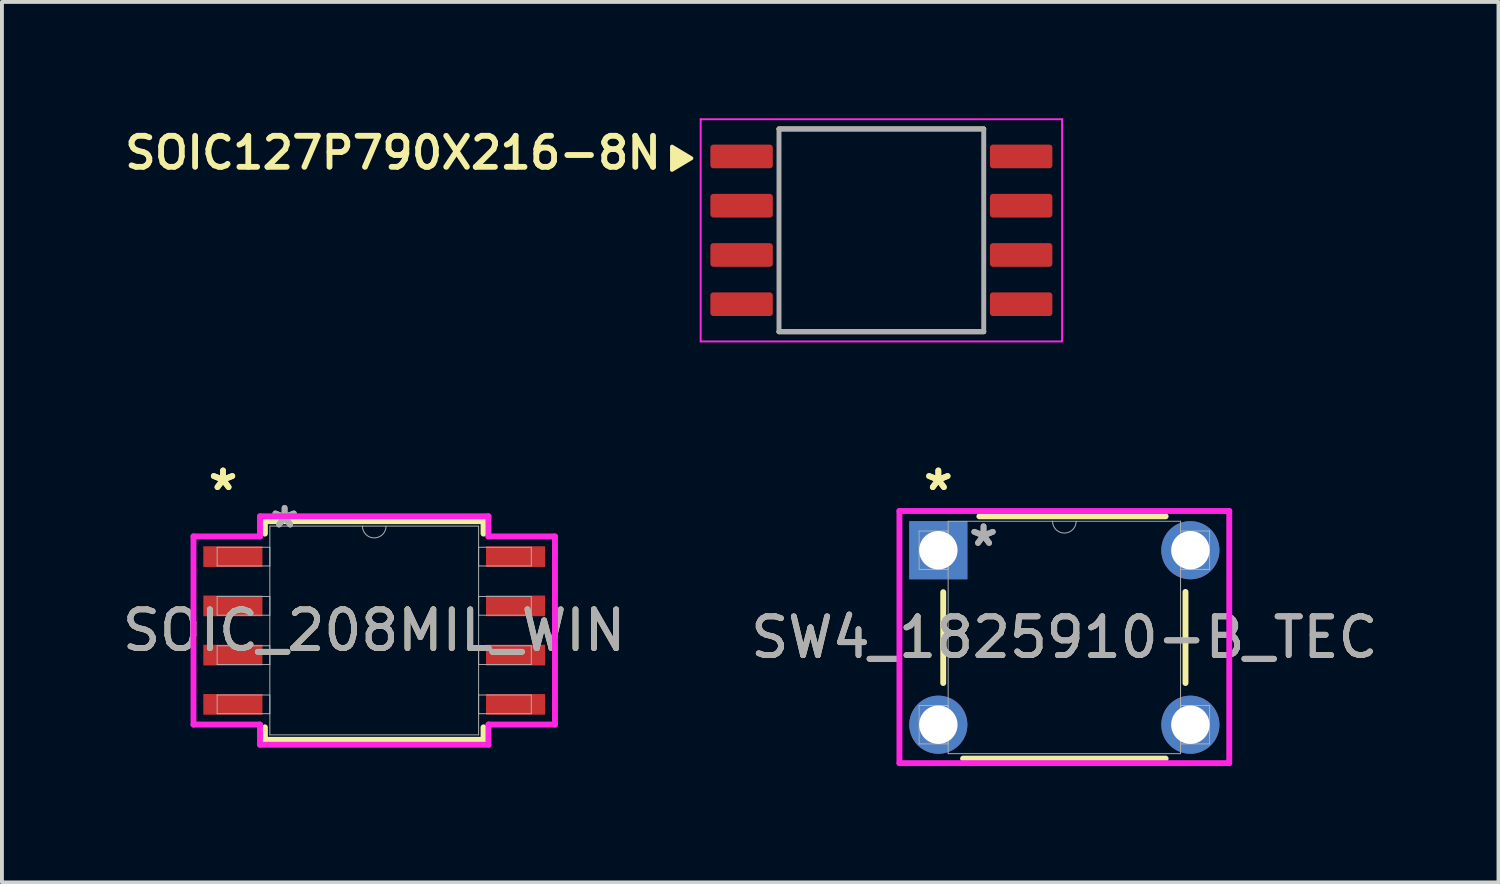
<source format=kicad_pcb>
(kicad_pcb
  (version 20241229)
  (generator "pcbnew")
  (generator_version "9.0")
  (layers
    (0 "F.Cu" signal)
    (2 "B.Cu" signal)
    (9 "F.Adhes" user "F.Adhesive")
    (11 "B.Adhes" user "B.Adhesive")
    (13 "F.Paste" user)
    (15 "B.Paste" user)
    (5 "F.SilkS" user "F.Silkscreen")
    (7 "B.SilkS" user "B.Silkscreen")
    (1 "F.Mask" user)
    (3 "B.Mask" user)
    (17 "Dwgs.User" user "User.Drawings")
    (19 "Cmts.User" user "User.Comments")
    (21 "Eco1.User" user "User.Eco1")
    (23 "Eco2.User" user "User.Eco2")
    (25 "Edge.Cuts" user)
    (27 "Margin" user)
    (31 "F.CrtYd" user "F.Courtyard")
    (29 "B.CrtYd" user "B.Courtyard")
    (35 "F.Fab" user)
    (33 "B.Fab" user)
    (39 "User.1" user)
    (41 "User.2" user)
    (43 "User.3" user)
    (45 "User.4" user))
  (footprint "SOIC_208MIL_WIN"
    (layer "F.Cu")
    (at 6.601 13.21)
    (property "Reference" "SOIC_208MIL_WIN" (at 0 0 0) (unlocked yes) (layer "F.SilkS") (effects (font (size 1 1) (thickness 0.15))))
    (attr smd)
    (fp_line (start -2.819 -2.819) (end -2.819 -2.498) (stroke (width 0.152) (type solid)) (layer "F.SilkS"))
    (fp_line (start -2.819 2.498) (end -2.819 2.819) (stroke (width 0.152) (type solid)) (layer "F.SilkS"))
    (fp_line (start -2.819 2.819) (end 2.819 2.819) (stroke (width 0.152) (type solid)) (layer "F.SilkS"))
    (fp_line (start 2.819 -2.819) (end -2.819 -2.819) (stroke (width 0.152) (type solid)) (layer "F.SilkS"))
    (fp_line (start 2.819 -2.498) (end 2.819 -2.819) (stroke (width 0.152) (type solid)) (layer "F.SilkS"))
    (fp_line (start 2.819 2.819) (end 2.819 2.498) (stroke (width 0.152) (type solid)) (layer "F.SilkS"))
    (fp_line (start -4.661 -2.426) (end -2.946 -2.426) (stroke (width 0.152) (type solid)) (layer "F.CrtYd"))
    (fp_line (start -4.661 2.426) (end -4.661 -2.426) (stroke (width 0.152) (type solid)) (layer "F.CrtYd"))
    (fp_line (start -4.661 2.426) (end -2.946 2.426) (stroke (width 0.152) (type solid)) (layer "F.CrtYd"))
    (fp_line (start -2.946 -2.946) (end 2.946 -2.946) (stroke (width 0.152) (type solid)) (layer "F.CrtYd"))
    (fp_line (start -2.946 -2.426) (end -2.946 -2.946) (stroke (width 0.152) (type solid)) (layer "F.CrtYd"))
    (fp_line (start -2.946 2.946) (end -2.946 2.426) (stroke (width 0.152) (type solid)) (layer "F.CrtYd"))
    (fp_line (start 2.946 -2.946) (end 2.946 -2.426) (stroke (width 0.152) (type solid)) (layer "F.CrtYd"))
    (fp_line (start 2.946 2.426) (end 2.946 2.946) (stroke (width 0.152) (type solid)) (layer "F.CrtYd"))
    (fp_line (start 2.946 2.946) (end -2.946 2.946) (stroke (width 0.152) (type solid)) (layer "F.CrtYd"))
    (fp_line (start 4.661 -2.426) (end 2.946 -2.426) (stroke (width 0.152) (type solid)) (layer "F.CrtYd"))
    (fp_line (start 4.661 -2.426) (end 4.661 2.426) (stroke (width 0.152) (type solid)) (layer "F.CrtYd"))
    (fp_line (start 4.661 2.426) (end 2.946 2.426) (stroke (width 0.152) (type solid)) (layer "F.CrtYd"))
    (fp_line (start -4.051 -2.146) (end -4.051 -1.664) (stroke (width 0.025) (type solid)) (layer "F.Fab"))
    (fp_line (start -4.051 -1.664) (end -2.692 -1.664) (stroke (width 0.025) (type solid)) (layer "F.Fab"))
    (fp_line (start -4.051 -0.876) (end -4.051 -0.394) (stroke (width 0.025) (type solid)) (layer "F.Fab"))
    (fp_line (start -4.051 -0.394) (end -2.692 -0.394) (stroke (width 0.025) (type solid)) (layer "F.Fab"))
    (fp_line (start -4.051 0.394) (end -4.051 0.876) (stroke (width 0.025) (type solid)) (layer "F.Fab"))
    (fp_line (start -4.051 0.876) (end -2.692 0.876) (stroke (width 0.025) (type solid)) (layer "F.Fab"))
    (fp_line (start -4.051 1.664) (end -4.051 2.146) (stroke (width 0.025) (type solid)) (layer "F.Fab"))
    (fp_line (start -4.051 2.146) (end -2.692 2.146) (stroke (width 0.025) (type solid)) (layer "F.Fab"))
    (fp_line (start -2.692 -2.692) (end -2.692 2.692) (stroke (width 0.025) (type solid)) (layer "F.Fab"))
    (fp_line (start -2.692 -2.146) (end -4.051 -2.146) (stroke (width 0.025) (type solid)) (layer "F.Fab"))
    (fp_line (start -2.692 -1.664) (end -2.692 -2.146) (stroke (width 0.025) (type solid)) (layer "F.Fab"))
    (fp_line (start -2.692 -0.876) (end -4.051 -0.876) (stroke (width 0.025) (type solid)) (layer "F.Fab"))
    (fp_line (start -2.692 -0.394) (end -2.692 -0.876) (stroke (width 0.025) (type solid)) (layer "F.Fab"))
    (fp_line (start -2.692 0.394) (end -4.051 0.394) (stroke (width 0.025) (type solid)) (layer "F.Fab"))
    (fp_line (start -2.692 0.876) (end -2.692 0.394) (stroke (width 0.025) (type solid)) (layer "F.Fab"))
    (fp_line (start -2.692 1.664) (end -4.051 1.664) (stroke (width 0.025) (type solid)) (layer "F.Fab"))
    (fp_line (start -2.692 2.146) (end -2.692 1.664) (stroke (width 0.025) (type solid)) (layer "F.Fab"))
    (fp_line (start -2.692 2.692) (end 2.692 2.692) (stroke (width 0.025) (type solid)) (layer "F.Fab"))
    (fp_line (start 2.692 -2.692) (end -2.692 -2.692) (stroke (width 0.025) (type solid)) (layer "F.Fab"))
    (fp_line (start 2.692 -2.146) (end 2.692 -1.664) (stroke (width 0.025) (type solid)) (layer "F.Fab"))
    (fp_line (start 2.692 -1.664) (end 4.051 -1.664) (stroke (width 0.025) (type solid)) (layer "F.Fab"))
    (fp_line (start 2.692 -0.876) (end 2.692 -0.394) (stroke (width 0.025) (type solid)) (layer "F.Fab"))
    (fp_line (start 2.692 -0.394) (end 4.051 -0.394) (stroke (width 0.025) (type solid)) (layer "F.Fab"))
    (fp_line (start 2.692 0.394) (end 2.692 0.876) (stroke (width 0.025) (type solid)) (layer "F.Fab"))
    (fp_line (start 2.692 0.876) (end 4.051 0.876) (stroke (width 0.025) (type solid)) (layer "F.Fab"))
    (fp_line (start 2.692 1.664) (end 2.692 2.146) (stroke (width 0.025) (type solid)) (layer "F.Fab"))
    (fp_line (start 2.692 2.146) (end 4.051 2.146) (stroke (width 0.025) (type solid)) (layer "F.Fab"))
    (fp_line (start 2.692 2.692) (end 2.692 -2.692) (stroke (width 0.025) (type solid)) (layer "F.Fab"))
    (fp_line (start 4.051 -2.146) (end 2.692 -2.146) (stroke (width 0.025) (type solid)) (layer "F.Fab"))
    (fp_line (start 4.051 -1.664) (end 4.051 -2.146) (stroke (width 0.025) (type solid)) (layer "F.Fab"))
    (fp_line (start 4.051 -0.876) (end 2.692 -0.876) (stroke (width 0.025) (type solid)) (layer "F.Fab"))
    (fp_line (start 4.051 -0.394) (end 4.051 -0.876) (stroke (width 0.025) (type solid)) (layer "F.Fab"))
    (fp_line (start 4.051 0.394) (end 2.692 0.394) (stroke (width 0.025) (type solid)) (layer "F.Fab"))
    (fp_line (start 4.051 0.876) (end 4.051 0.394) (stroke (width 0.025) (type solid)) (layer "F.Fab"))
    (fp_line (start 4.051 1.664) (end 2.692 1.664) (stroke (width 0.025) (type solid)) (layer "F.Fab"))
    (fp_line (start 4.051 2.146) (end 4.051 1.664) (stroke (width 0.025) (type solid)) (layer "F.Fab"))
    (fp_arc (start 0.3048 -2.6924) (mid 0 -2.3876) (end -0.3048 -2.6924) (stroke (width 0.0254) (type solid)) (layer "F.Fab"))
    (fp_text user "*" (at -3.899 -3.581 0) (unlocked yes) (layer "F.SilkS") (effects (font (size 1 1) (thickness 0.15))))
    (fp_text user "*" (at -3.899 -3.581 0) (layer "F.SilkS") (effects (font (size 1 1) (thickness 0.15))))
    (fp_text user "${REFERENCE}" (at 0 0 0) (unlocked yes) (layer "F.Fab") (effects (font (size 1 1) (thickness 0.15))))
    (fp_text user "*" (at -2.311 -2.616 0) (layer "F.Fab") (effects (font (size 1 1) (thickness 0.15))))
    (fp_text user "*" (at -2.311 -2.616 0) (unlocked yes) (layer "F.Fab") (effects (font (size 1 1) (thickness 0.15))))
    (pad "1" smd rect (at -3.645 -1.905) (size 1.524 0.533) (layers "F.Cu" "F.Mask" "F.Paste"))
    (pad "2" smd rect (at -3.645 -0.635) (size 1.524 0.533) (layers "F.Cu" "F.Mask" "F.Paste"))
    (pad "3" smd rect (at -3.645 0.635) (size 1.524 0.533) (layers "F.Cu" "F.Mask" "F.Paste"))
    (pad "4" smd rect (at -3.645 1.905) (size 1.524 0.533) (layers "F.Cu" "F.Mask" "F.Paste"))
    (pad "5" smd rect (at 3.645 1.905) (size 1.524 0.533) (layers "F.Cu" "F.Mask" "F.Paste"))
    (pad "6" smd rect (at 3.645 0.635) (size 1.524 0.533) (layers "F.Cu" "F.Mask" "F.Paste"))
    (pad "7" smd rect (at 3.645 -0.635) (size 1.524 0.533) (layers "F.Cu" "F.Mask" "F.Paste"))
    (pad "8" smd rect (at 3.645 -1.905) (size 1.524 0.533) (layers "F.Cu" "F.Mask" "F.Paste")))
  (footprint "SW4_1825910-B_TEC"
    (layer "F.Cu")
    (at 27.649 15.64)
    (property "Reference" "SW4_1825910-B_TEC" (at -3.25 -2.25 0) (unlocked yes) (layer "F.SilkS") (effects (font (size 1 1) (thickness 0.15))))
    (attr through_hole)
    (fp_line (start -6.374 -3.418) (end -6.374 -1.075) (stroke (width 0.152) (type solid)) (layer "F.SilkS"))
    (fp_line (start -5.862 0.874) (end -0.638 0.874) (stroke (width 0.152) (type solid)) (layer "F.SilkS"))
    (fp_line (start -0.638 -5.374) (end -5.442 -5.374) (stroke (width 0.152) (type solid)) (layer "F.SilkS"))
    (fp_line (start -0.126 -1.075) (end -0.126 -3.425) (stroke (width 0.152) (type solid)) (layer "F.SilkS"))
    (fp_line (start -7.503 -5.512) (end 1.003 -5.512) (stroke (width 0.152) (type solid)) (layer "F.CrtYd"))
    (fp_line (start -7.503 0.991) (end -7.503 -5.512) (stroke (width 0.152) (type solid)) (layer "F.CrtYd"))
    (fp_line (start 1.003 -5.512) (end 1.003 0.991) (stroke (width 0.152) (type solid)) (layer "F.CrtYd"))
    (fp_line (start 1.003 0.991) (end -7.503 0.991) (stroke (width 0.152) (type solid)) (layer "F.CrtYd"))
    (fp_line (start -6.995 -4.995) (end -6.995 -4.005) (stroke (width 0.025) (type solid)) (layer "F.Fab"))
    (fp_line (start -6.995 -4.005) (end -6.247 -4.005) (stroke (width 0.025) (type solid)) (layer "F.Fab"))
    (fp_line (start -6.995 -0.495) (end -6.995 0.495) (stroke (width 0.025) (type solid)) (layer "F.Fab"))
    (fp_line (start -6.995 0.495) (end -6.247 0.495) (stroke (width 0.025) (type solid)) (layer "F.Fab"))
    (fp_line (start -6.247 -5.247) (end -6.247 0.747) (stroke (width 0.025) (type solid)) (layer "F.Fab"))
    (fp_line (start -6.247 -4.995) (end -6.995 -4.995) (stroke (width 0.025) (type solid)) (layer "F.Fab"))
    (fp_line (start -6.247 -4.005) (end -6.247 -4.995) (stroke (width 0.025) (type solid)) (layer "F.Fab"))
    (fp_line (start -6.247 -0.495) (end -6.995 -0.495) (stroke (width 0.025) (type solid)) (layer "F.Fab"))
    (fp_line (start -6.247 0.495) (end -6.247 -0.495) (stroke (width 0.025) (type solid)) (layer "F.Fab"))
    (fp_line (start -6.247 0.747) (end -0.253 0.747) (stroke (width 0.025) (type solid)) (layer "F.Fab"))
    (fp_line (start -0.253 -5.247) (end -6.247 -5.247) (stroke (width 0.025) (type solid)) (layer "F.Fab"))
    (fp_line (start -0.253 -4.995) (end -0.253 -4.005) (stroke (width 0.025) (type solid)) (layer "F.Fab"))
    (fp_line (start -0.253 -4.005) (end 0.495 -4.005) (stroke (width 0.025) (type solid)) (layer "F.Fab"))
    (fp_line (start -0.253 -0.495) (end -0.253 0.495) (stroke (width 0.025) (type solid)) (layer "F.Fab"))
    (fp_line (start -0.253 0.495) (end 0.495 0.495) (stroke (width 0.025) (type solid)) (layer "F.Fab"))
    (fp_line (start -0.253 0.747) (end -0.253 -5.247) (stroke (width 0.025) (type solid)) (layer "F.Fab"))
    (fp_line (start 0.495 -4.995) (end -0.253 -4.995) (stroke (width 0.025) (type solid)) (layer "F.Fab"))
    (fp_line (start 0.495 -4.005) (end 0.495 -4.995) (stroke (width 0.025) (type solid)) (layer "F.Fab"))
    (fp_line (start 0.495 -0.495) (end -0.253 -0.495) (stroke (width 0.025) (type solid)) (layer "F.Fab"))
    (fp_line (start 0.495 0.495) (end 0.495 -0.495) (stroke (width 0.025) (type solid)) (layer "F.Fab"))
    (fp_arc (start -2.9452 -5.247201) (mid -3.25 -4.942401) (end -3.5548 -5.247201) (stroke (width 0.0254) (type solid)) (layer "F.Fab"))
    (fp_text user "*" (at -6.5 -6.011 0) (layer "F.SilkS") (effects (font (size 1 1) (thickness 0.15))))
    (fp_text user "*" (at -6.5 -6.011 0) (unlocked yes) (layer "F.SilkS") (effects (font (size 1 1) (thickness 0.15))))
    (fp_text user "*" (at -5.334 -4.572 0) (layer "F.Fab") (effects (font (size 1 1) (thickness 0.15))))
    (fp_text user "*" (at -5.334 -4.572 0) (unlocked yes) (layer "F.Fab") (effects (font (size 1 1) (thickness 0.15))))
    (fp_text user "${REFERENCE}" (at -3.25 -2.25 0) (unlocked yes) (layer "F.Fab") (effects (font (size 1 1) (thickness 0.15))))
    (pad "1" thru_hole rect (at -6.5 -4.5) (size 1.499 1.499) (drill 0.991) (layers "*.Cu" "*.Mask"))
    (pad "2" thru_hole circle (at 0 -4.5) (size 1.499 1.499) (drill 0.991) (layers "*.Cu" "*.Mask"))
    (pad "3" thru_hole circle (at -6.5 0) (size 1.499 1.499) (drill 0.991) (layers "*.Cu" "*.Mask"))
    (pad "4" thru_hole circle (at 0 0) (size 1.499 1.499) (drill 0.991) (layers "*.Cu" "*.Mask")))
  (footprint "SOIC127P790X216-8N"
    (layer "F.Cu")
    (at 19.68 2.89)
    (property "Reference" "SOIC127P790X216-8N" (at -5.6 -2 0) (layer "F.SilkS") (effects (font (size 0.8 0.8) (thickness 0.15)) (justify right)))
    (attr smd)
    (fp_line (start -2.64 -2.615) (end 2.64 -2.615) (stroke (width 0.127) (type solid)) (layer "F.SilkS"))
    (fp_line (start -2.64 2.615) (end 2.64 2.615) (stroke (width 0.127) (type solid)) (layer "F.SilkS"))
    (fp_poly (pts (xy -5.4 -2.159) (xy -5.4 -1.559) (xy -4.9 -1.859)) (stroke (width 0.1) (type solid)) (fill yes) (layer "F.SilkS"))
    (fp_line (start -4.66 -2.865) (end -4.66 2.865) (stroke (width 0.05) (type solid)) (layer "F.CrtYd"))
    (fp_line (start -4.66 -2.865) (end 4.66 -2.865) (stroke (width 0.05) (type solid)) (layer "F.CrtYd"))
    (fp_line (start -4.66 2.865) (end 4.66 2.865) (stroke (width 0.05) (type solid)) (layer "F.CrtYd"))
    (fp_line (start 4.66 -2.865) (end 4.66 2.865) (stroke (width 0.05) (type solid)) (layer "F.CrtYd"))
    (fp_line (start -2.64 -2.615) (end -2.64 2.615) (stroke (width 0.127) (type solid)) (layer "F.Fab"))
    (fp_line (start -2.64 -2.615) (end 2.64 -2.615) (stroke (width 0.127) (type solid)) (layer "F.Fab"))
    (fp_line (start -2.64 2.615) (end 2.64 2.615) (stroke (width 0.127) (type solid)) (layer "F.Fab"))
    (fp_line (start 2.64 -2.615) (end 2.64 2.615) (stroke (width 0.127) (type solid)) (layer "F.Fab"))
    (pad "1" smd roundrect (at -3.605 -1.905) (size 1.61 0.61) (layers "F.Cu" "F.Mask" "F.Paste") (roundrect_rratio 0.125))
    (pad "2" smd roundrect (at -3.605 -0.635) (size 1.61 0.61) (layers "F.Cu" "F.Mask" "F.Paste") (roundrect_rratio 0.125))
    (pad "3" smd roundrect (at -3.605 0.635) (size 1.61 0.61) (layers "F.Cu" "F.Mask" "F.Paste") (roundrect_rratio 0.125))
    (pad "4" smd roundrect (at -3.605 1.905) (size 1.61 0.61) (layers "F.Cu" "F.Mask" "F.Paste") (roundrect_rratio 0.125))
    (pad "5" smd roundrect (at 3.605 1.905) (size 1.61 0.61) (layers "F.Cu" "F.Mask" "F.Paste") (roundrect_rratio 0.125))
    (pad "6" smd roundrect (at 3.605 0.635) (size 1.61 0.61) (layers "F.Cu" "F.Mask" "F.Paste") (roundrect_rratio 0.125))
    (pad "7" smd roundrect (at 3.605 -0.635) (size 1.61 0.61) (layers "F.Cu" "F.Mask" "F.Paste") (roundrect_rratio 0.125))
    (pad "8" smd roundrect (at 3.605 -1.905) (size 1.61 0.61) (layers "F.Cu" "F.Mask" "F.Paste") (roundrect_rratio 0.125)))
  (gr_rect
    (start -3 -3)
    (end 35.595 19.706)
    (stroke (width 0.1) (type default))
    (fill no)
    (layer "Edge.Cuts")))
</source>
